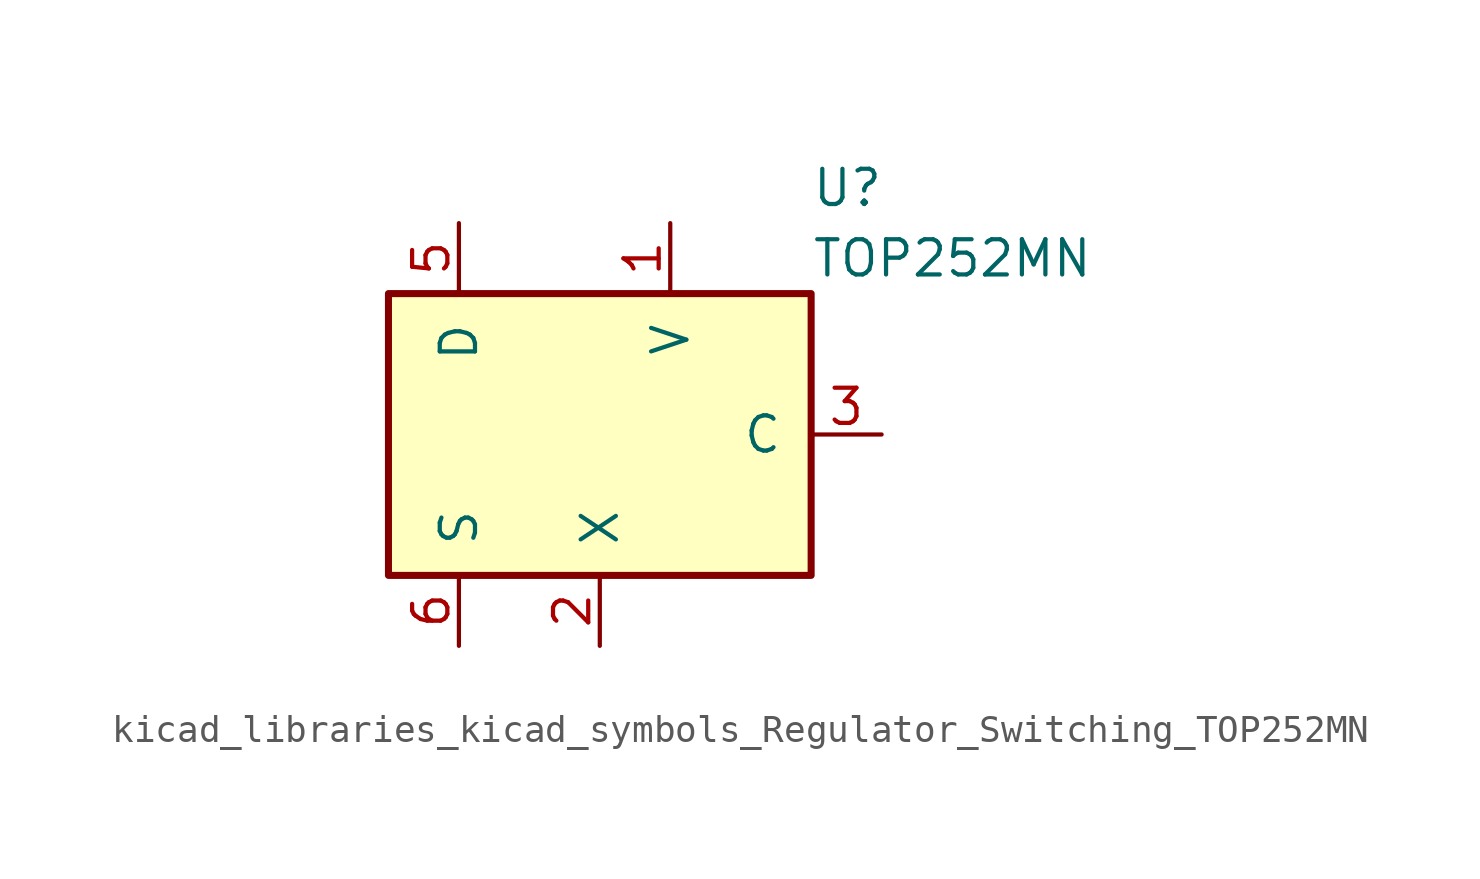
<source format=kicad_sym>
(kicad_symbol_lib
  (version 20220914)
  (generator kicad_symbol_editor)
  (symbol "kicad_libraries_kicad_symbols_Regulator_Switching_TOP252MN"
    (pin_names
      (offset 1.016))
    (property "Reference" "U"
      (at 7.62 8.89 0)
      (effects (font (size 1.27 1.27)) (justify left)))
    (property "Value" "TOP252MN"
      (at 7.62 6.35 0)
      (effects (font (size 1.27 1.27)) (justify left)))
    (symbol "kicad_libraries_kicad_symbols_Regulator_Switching_TOP252MN_0_1"
      (rectangle (start -7.62 5.08) (end 7.62 -5.08) (stroke (width 0.254) (type default)) (fill (type background))))
    (symbol "kicad_libraries_kicad_symbols_Regulator_Switching_TOP252MN_1_1"
      (pin input line (at 2.54 7.62 270) (length 2.54) (name "V" (effects (font (size 1.27 1.27)))) (number "1" (effects (font (size 1.27 1.27)))))
      (pin passive line (at -5.08 -7.62 90) (length 2.54) hide (name "S" (effects (font (size 1.27 1.27)))) (number "10" (effects (font (size 1.27 1.27)))))
      (pin input line (at 0 -7.62 90) (length 2.54) (name "X" (effects (font (size 1.27 1.27)))) (number "2" (effects (font (size 1.27 1.27)))))
      (pin input line (at 10.16 0 180) (length 2.54) (name "C" (effects (font (size 1.27 1.27)))) (number "3" (effects (font (size 1.27 1.27)))))
      (pin open_collector line (at -5.08 7.62 270) (length 2.54) (name "D" (effects (font (size 1.27 1.27)))) (number "5" (effects (font (size 1.27 1.27)))))
      (pin power_in line (at -5.08 -7.62 90) (length 2.54) (name "S" (effects (font (size 1.27 1.27)))) (number "6" (effects (font (size 1.27 1.27)))))
      (pin passive line (at -5.08 -7.62 90) (length 2.54) hide (name "S" (effects (font (size 1.27 1.27)))) (number "7" (effects (font (size 1.27 1.27)))))
      (pin passive line (at -5.08 -7.62 90) (length 2.54) hide (name "S" (effects (font (size 1.27 1.27)))) (number "8" (effects (font (size 1.27 1.27)))))
      (pin passive line (at -5.08 -7.62 90) (length 2.54) hide (name "S" (effects (font (size 1.27 1.27)))) (number "9" (effects (font (size 1.27 1.27))))))))
</source>
